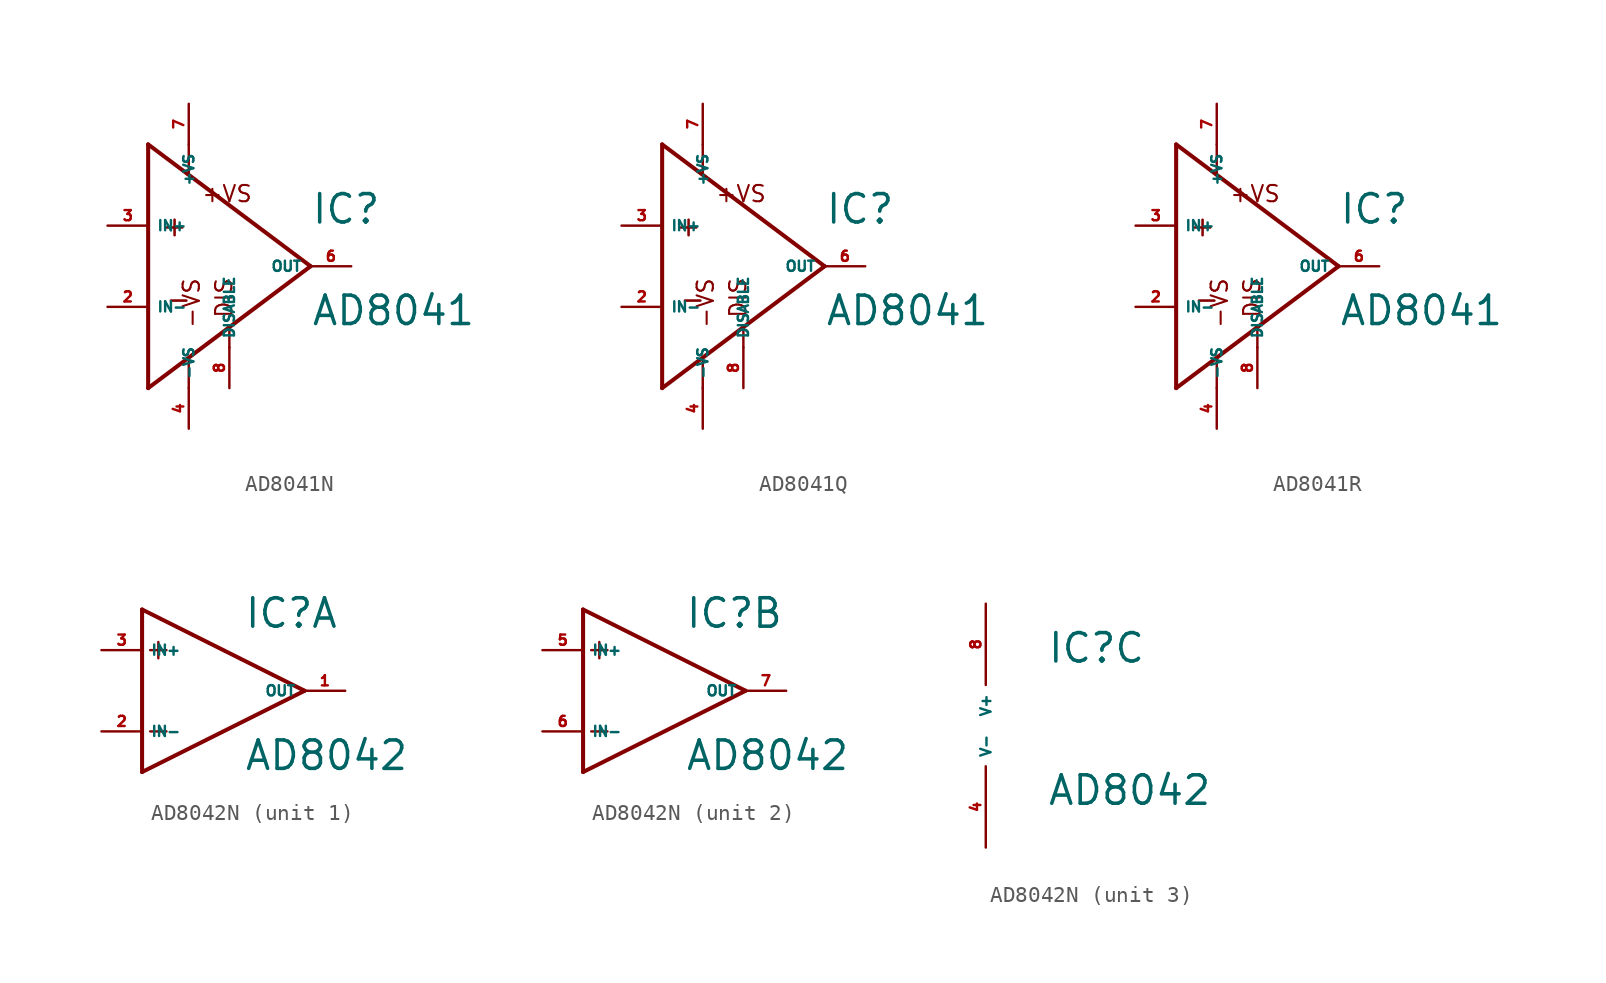
<source format=kicad_sym>
(kicad_symbol_lib
  (version 20220914)
  (generator Eagle2Kicad)
  (symbol "AD8041N"
    (property "Reference" "IC"
      (at 7.62 2.54 0)
      (effects (font (size 1.778 1.778) (thickness 0.22)) (justify left bottom)))
    (property "Value" "AD8041"
      (at 7.62 -3.81 0)
      (effects (font (size 1.778 1.778) (thickness 0.22)) (justify left bottom)))
    (polyline
      (pts (xy -2.54 7.62) (xy -2.54 -7.62))
      (stroke (width 0.254) (type default))
      (fill (type none)))
    (polyline
      (pts (xy -2.54 -7.62) (xy 2.54 -3.81))
      (stroke (width 0.254) (type default))
      (fill (type none)))
    (polyline
      (pts (xy 2.54 -3.81) (xy 7.62 0))
      (stroke (width 0.254) (type default))
      (fill (type none)))
    (polyline
      (pts (xy 7.62 0) (xy -2.54 7.62))
      (stroke (width 0.254) (type default))
      (fill (type none)))
    (polyline
      (pts (xy 0 5.842) (xy 0 7.62))
      (stroke (width 0.152) (type default))
      (fill (type none)))
    (polyline
      (pts (xy 0 -7.62) (xy 0 -5.842))
      (stroke (width 0.152) (type default))
      (fill (type none)))
    (polyline
      (pts (xy 2.54 -5.08) (xy 2.54 -3.81))
      (stroke (width 0.152) (type default))
      (fill (type none)))
    (text "+"
      (at -1.778 1.778 0)
      (effects (font (size 1.27 1.27) (thickness 0.16)) (justify left bottom)))
    (text "-"
      (at -1.524 -2.794 0)
      (effects (font (size 1.27 1.27) (thickness 0.16)) (justify left bottom)))
    (text "+VS"
      (at 0.762 3.937 0)
      (effects (font (size 1.016 1.016) (thickness 0.13)) (justify left bottom mirror)))
    (text "-VS"
      (at 0.762 -3.937 1800)
      (effects (font (size 1.016 1.016) (thickness 0.13)) (justify left bottom)))
    (text "DIS"
      (at 2.794 -3.302 900)
      (effects (font (size 1.016 1.016) (thickness 0.13)) (justify left bottom)))
    (pin input line
      (at -5.08 2.54 0)
      (length 2.54)
      (name "IN+" (effects (font (size 0.635 0.635) (thickness 0.08)) (justify left bottom)))
      (number "3" (effects (font (size 0.635 0.635) (thickness 0.08)) (justify left bottom))))
    (pin input line
      (at -5.08 -2.54 0)
      (length 2.54)
      (name "IN-" (effects (font (size 0.635 0.635) (thickness 0.08)) (justify left bottom)))
      (number "2" (effects (font (size 0.635 0.635) (thickness 0.08)) (justify left bottom))))
    (pin output line
      (at 10.16 0 180)
      (length 2.54)
      (name "OUT" (effects (font (size 0.635 0.635) (thickness 0.08)) (justify left bottom)))
      (number "6" (effects (font (size 0.635 0.635) (thickness 0.08)) (justify left bottom))))
    (pin input line
      (at 0 -10.16 90)
      (length 2.54)
      (name "-VS" (effects (font (size 0.635 0.635) (thickness 0.08)) (justify left bottom)))
      (number "4" (effects (font (size 0.635 0.635) (thickness 0.08)) (justify left bottom))))
    (pin input line
      (at 0 10.16 270)
      (length 2.54)
      (name "+VS" (effects (font (size 0.635 0.635) (thickness 0.08)) (justify left bottom)))
      (number "7" (effects (font (size 0.635 0.635) (thickness 0.08)) (justify left bottom))))
    (pin passive line
      (at 2.54 -7.62 90)
      (length 2.54)
      (name "DISABLE" (effects (font (size 0.635 0.635) (thickness 0.08)) (justify left bottom)))
      (number "8" (effects (font (size 0.635 0.635) (thickness 0.08)) (justify left bottom)))))
  (symbol "AD8041Q"
    (property "Reference" "IC"
      (at 7.62 2.54 0)
      (effects (font (size 1.778 1.778) (thickness 0.22)) (justify left bottom)))
    (property "Value" "AD8041"
      (at 7.62 -3.81 0)
      (effects (font (size 1.778 1.778) (thickness 0.22)) (justify left bottom)))
    (polyline
      (pts (xy -2.54 7.62) (xy -2.54 -7.62))
      (stroke (width 0.254) (type default))
      (fill (type none)))
    (polyline
      (pts (xy -2.54 -7.62) (xy 2.54 -3.81))
      (stroke (width 0.254) (type default))
      (fill (type none)))
    (polyline
      (pts (xy 2.54 -3.81) (xy 7.62 0))
      (stroke (width 0.254) (type default))
      (fill (type none)))
    (polyline
      (pts (xy 7.62 0) (xy -2.54 7.62))
      (stroke (width 0.254) (type default))
      (fill (type none)))
    (polyline
      (pts (xy 0 5.842) (xy 0 7.62))
      (stroke (width 0.152) (type default))
      (fill (type none)))
    (polyline
      (pts (xy 0 -7.62) (xy 0 -5.842))
      (stroke (width 0.152) (type default))
      (fill (type none)))
    (polyline
      (pts (xy 2.54 -5.08) (xy 2.54 -3.81))
      (stroke (width 0.152) (type default))
      (fill (type none)))
    (text "+"
      (at -1.778 1.778 0)
      (effects (font (size 1.27 1.27) (thickness 0.16)) (justify left bottom)))
    (text "-"
      (at -1.524 -2.794 0)
      (effects (font (size 1.27 1.27) (thickness 0.16)) (justify left bottom)))
    (text "+VS"
      (at 0.762 3.937 0)
      (effects (font (size 1.016 1.016) (thickness 0.13)) (justify left bottom mirror)))
    (text "-VS"
      (at 0.762 -3.937 1800)
      (effects (font (size 1.016 1.016) (thickness 0.13)) (justify left bottom)))
    (text "DIS"
      (at 2.794 -3.302 900)
      (effects (font (size 1.016 1.016) (thickness 0.13)) (justify left bottom)))
    (pin input line
      (at -5.08 2.54 0)
      (length 2.54)
      (name "IN+" (effects (font (size 0.635 0.635) (thickness 0.08)) (justify left bottom)))
      (number "3" (effects (font (size 0.635 0.635) (thickness 0.08)) (justify left bottom))))
    (pin input line
      (at -5.08 -2.54 0)
      (length 2.54)
      (name "IN-" (effects (font (size 0.635 0.635) (thickness 0.08)) (justify left bottom)))
      (number "2" (effects (font (size 0.635 0.635) (thickness 0.08)) (justify left bottom))))
    (pin output line
      (at 10.16 0 180)
      (length 2.54)
      (name "OUT" (effects (font (size 0.635 0.635) (thickness 0.08)) (justify left bottom)))
      (number "6" (effects (font (size 0.635 0.635) (thickness 0.08)) (justify left bottom))))
    (pin input line
      (at 0 -10.16 90)
      (length 2.54)
      (name "-VS" (effects (font (size 0.635 0.635) (thickness 0.08)) (justify left bottom)))
      (number "4" (effects (font (size 0.635 0.635) (thickness 0.08)) (justify left bottom))))
    (pin input line
      (at 0 10.16 270)
      (length 2.54)
      (name "+VS" (effects (font (size 0.635 0.635) (thickness 0.08)) (justify left bottom)))
      (number "7" (effects (font (size 0.635 0.635) (thickness 0.08)) (justify left bottom))))
    (pin passive line
      (at 2.54 -7.62 90)
      (length 2.54)
      (name "DISABLE" (effects (font (size 0.635 0.635) (thickness 0.08)) (justify left bottom)))
      (number "8" (effects (font (size 0.635 0.635) (thickness 0.08)) (justify left bottom)))))
  (symbol "AD8041R"
    (property "Reference" "IC"
      (at 7.62 2.54 0)
      (effects (font (size 1.778 1.778) (thickness 0.22)) (justify left bottom)))
    (property "Value" "AD8041"
      (at 7.62 -3.81 0)
      (effects (font (size 1.778 1.778) (thickness 0.22)) (justify left bottom)))
    (polyline
      (pts (xy -2.54 7.62) (xy -2.54 -7.62))
      (stroke (width 0.254) (type default))
      (fill (type none)))
    (polyline
      (pts (xy -2.54 -7.62) (xy 2.54 -3.81))
      (stroke (width 0.254) (type default))
      (fill (type none)))
    (polyline
      (pts (xy 2.54 -3.81) (xy 7.62 0))
      (stroke (width 0.254) (type default))
      (fill (type none)))
    (polyline
      (pts (xy 7.62 0) (xy -2.54 7.62))
      (stroke (width 0.254) (type default))
      (fill (type none)))
    (polyline
      (pts (xy 0 5.842) (xy 0 7.62))
      (stroke (width 0.152) (type default))
      (fill (type none)))
    (polyline
      (pts (xy 0 -7.62) (xy 0 -5.842))
      (stroke (width 0.152) (type default))
      (fill (type none)))
    (polyline
      (pts (xy 2.54 -5.08) (xy 2.54 -3.81))
      (stroke (width 0.152) (type default))
      (fill (type none)))
    (text "+"
      (at -1.778 1.778 0)
      (effects (font (size 1.27 1.27) (thickness 0.16)) (justify left bottom)))
    (text "-"
      (at -1.524 -2.794 0)
      (effects (font (size 1.27 1.27) (thickness 0.16)) (justify left bottom)))
    (text "+VS"
      (at 0.762 3.937 0)
      (effects (font (size 1.016 1.016) (thickness 0.13)) (justify left bottom mirror)))
    (text "-VS"
      (at 0.762 -3.937 1800)
      (effects (font (size 1.016 1.016) (thickness 0.13)) (justify left bottom)))
    (text "DIS"
      (at 2.794 -3.302 900)
      (effects (font (size 1.016 1.016) (thickness 0.13)) (justify left bottom)))
    (pin input line
      (at -5.08 2.54 0)
      (length 2.54)
      (name "IN+" (effects (font (size 0.635 0.635) (thickness 0.08)) (justify left bottom)))
      (number "3" (effects (font (size 0.635 0.635) (thickness 0.08)) (justify left bottom))))
    (pin input line
      (at -5.08 -2.54 0)
      (length 2.54)
      (name "IN-" (effects (font (size 0.635 0.635) (thickness 0.08)) (justify left bottom)))
      (number "2" (effects (font (size 0.635 0.635) (thickness 0.08)) (justify left bottom))))
    (pin output line
      (at 10.16 0 180)
      (length 2.54)
      (name "OUT" (effects (font (size 0.635 0.635) (thickness 0.08)) (justify left bottom)))
      (number "6" (effects (font (size 0.635 0.635) (thickness 0.08)) (justify left bottom))))
    (pin input line
      (at 0 -10.16 90)
      (length 2.54)
      (name "-VS" (effects (font (size 0.635 0.635) (thickness 0.08)) (justify left bottom)))
      (number "4" (effects (font (size 0.635 0.635) (thickness 0.08)) (justify left bottom))))
    (pin input line
      (at 0 10.16 270)
      (length 2.54)
      (name "+VS" (effects (font (size 0.635 0.635) (thickness 0.08)) (justify left bottom)))
      (number "7" (effects (font (size 0.635 0.635) (thickness 0.08)) (justify left bottom))))
    (pin passive line
      (at 2.54 -7.62 90)
      (length 2.54)
      (name "DISABLE" (effects (font (size 0.635 0.635) (thickness 0.08)) (justify left bottom)))
      (number "8" (effects (font (size 0.635 0.635) (thickness 0.08)) (justify left bottom)))))
  (symbol "AD8042N"
    (property "Reference" "IC"
      (at 3.81 3.81 0)
      (effects (font (size 1.778 1.778) (thickness 0.22)) (justify left bottom)))
    (property "Value" "AD8042"
      (at 3.81 -5.08 0)
      (effects (font (size 1.778 1.778) (thickness 0.22)) (justify left bottom)))
    (symbol "AD8042N_1_0"
      (polyline (pts (xy -2.54 5.08) (xy -2.54 -5.08)) (stroke (width 0.254) (type default)) (fill (type none)))
      (polyline (pts (xy -2.54 -5.08) (xy 7.62 0)) (stroke (width 0.254) (type default)) (fill (type none)))
      (polyline (pts (xy 7.62 0) (xy -2.54 5.08)) (stroke (width 0.254) (type default)) (fill (type none)))
      (polyline (pts (xy -2.032 2.54) (xy -1.016 2.54)) (stroke (width 0.152) (type default)) (fill (type none)))
      (polyline (pts (xy -1.524 3.048) (xy -1.524 2.032)) (stroke (width 0.152) (type default)) (fill (type none)))
      (polyline (pts (xy -2.032 -2.54) (xy -1.016 -2.54)) (stroke (width 0.152) (type default)) (fill (type none)))
      (pin input line (at -5.08 2.54 0) (length 2.54) (name "IN+" (effects (font (size 0.635 0.635) (thickness 0.08)) (justify left bottom))) (number "3" (effects (font (size 0.635 0.635) (thickness 0.08)) (justify left bottom))))
      (pin input line (at -5.08 -2.54 0) (length 2.54) (name "IN-" (effects (font (size 0.635 0.635) (thickness 0.08)) (justify left bottom))) (number "2" (effects (font (size 0.635 0.635) (thickness 0.08)) (justify left bottom))))
      (pin output line (at 10.16 0 180) (length 2.54) (name "OUT" (effects (font (size 0.635 0.635) (thickness 0.08)) (justify left bottom))) (number "1" (effects (font (size 0.635 0.635) (thickness 0.08)) (justify left bottom)))))
    (symbol "AD8042N_2_0"
      (polyline (pts (xy -2.54 5.08) (xy -2.54 -5.08)) (stroke (width 0.254) (type default)) (fill (type none)))
      (polyline (pts (xy -2.54 -5.08) (xy 7.62 0)) (stroke (width 0.254) (type default)) (fill (type none)))
      (polyline (pts (xy 7.62 0) (xy -2.54 5.08)) (stroke (width 0.254) (type default)) (fill (type none)))
      (polyline (pts (xy -2.032 2.54) (xy -1.016 2.54)) (stroke (width 0.152) (type default)) (fill (type none)))
      (polyline (pts (xy -1.524 3.048) (xy -1.524 2.032)) (stroke (width 0.152) (type default)) (fill (type none)))
      (polyline (pts (xy -2.032 -2.54) (xy -1.016 -2.54)) (stroke (width 0.152) (type default)) (fill (type none)))
      (pin input line (at -5.08 2.54 0) (length 2.54) (name "IN+" (effects (font (size 0.635 0.635) (thickness 0.08)) (justify left bottom))) (number "5" (effects (font (size 0.635 0.635) (thickness 0.08)) (justify left bottom))))
      (pin input line (at -5.08 -2.54 0) (length 2.54) (name "IN-" (effects (font (size 0.635 0.635) (thickness 0.08)) (justify left bottom))) (number "6" (effects (font (size 0.635 0.635) (thickness 0.08)) (justify left bottom))))
      (pin output line (at 10.16 0 180) (length 2.54) (name "OUT" (effects (font (size 0.635 0.635) (thickness 0.08)) (justify left bottom))) (number "7" (effects (font (size 0.635 0.635) (thickness 0.08)) (justify left bottom)))))
    (symbol "AD8042N_3_0"
      (pin unspecified line (at 0 7.62 270) (length 5.08) (name "V+" (effects (font (size 0.635 0.635) (thickness 0.08)) (justify left bottom))) (number "8" (effects (font (size 0.635 0.635) (thickness 0.08)) (justify left bottom))))
      (pin unspecified line (at 0 -7.62 90) (length 5.08) (name "V-" (effects (font (size 0.635 0.635) (thickness 0.08)) (justify left bottom))) (number "4" (effects (font (size 0.635 0.635) (thickness 0.08)) (justify left bottom)))))))
</source>
